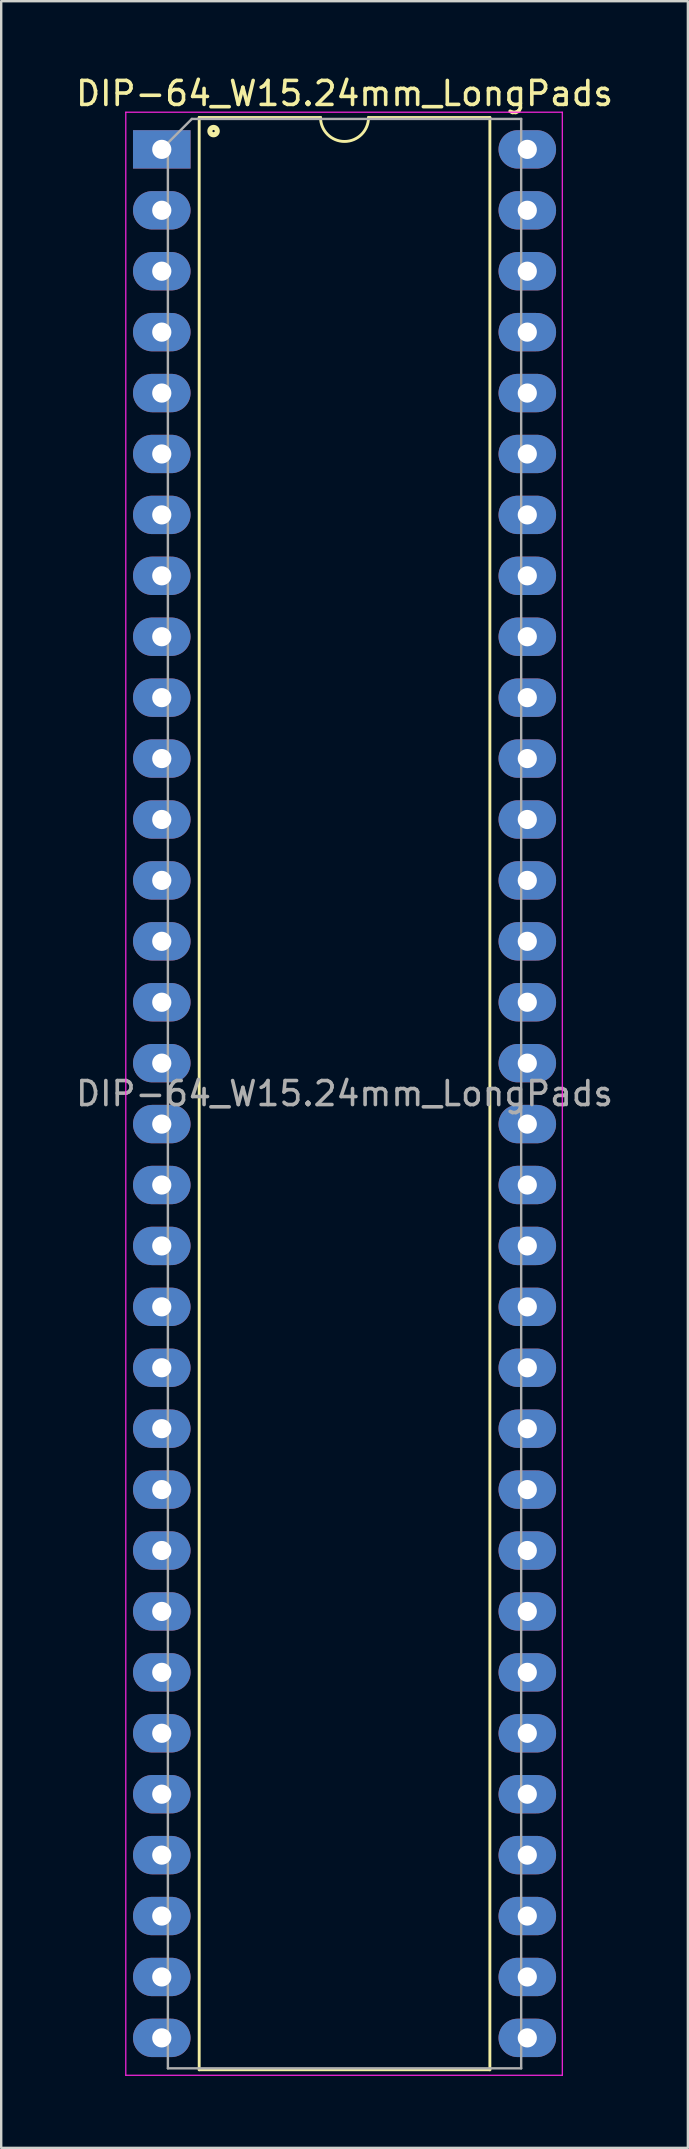
<source format=kicad_pcb>
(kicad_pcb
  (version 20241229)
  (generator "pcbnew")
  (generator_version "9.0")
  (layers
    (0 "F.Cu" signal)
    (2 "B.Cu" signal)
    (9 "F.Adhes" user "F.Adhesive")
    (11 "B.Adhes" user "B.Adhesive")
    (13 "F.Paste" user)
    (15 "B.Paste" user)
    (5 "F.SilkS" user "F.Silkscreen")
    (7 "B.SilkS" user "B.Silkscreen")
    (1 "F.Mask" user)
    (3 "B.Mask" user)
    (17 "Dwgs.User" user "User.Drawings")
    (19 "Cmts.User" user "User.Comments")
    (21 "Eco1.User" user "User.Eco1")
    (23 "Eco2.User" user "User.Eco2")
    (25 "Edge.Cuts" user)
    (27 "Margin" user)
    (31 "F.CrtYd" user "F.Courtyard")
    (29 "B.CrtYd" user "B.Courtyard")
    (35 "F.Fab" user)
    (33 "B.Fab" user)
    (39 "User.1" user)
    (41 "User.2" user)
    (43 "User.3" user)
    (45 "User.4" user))
  (footprint "DIP-64_W15.24mm_LongPads"
    (layer "F.Cu")
    (at 3.695 3.178)
    (property "Reference" "DIP-64_W15.24mm_LongPads" (at 7.62 -2.33 0) (layer "F.SilkS") (effects (font (size 1 1) (thickness 0.15))))
    (attr through_hole)
    (fp_line (start 1.56 -1.33) (end 1.56 80.07) (stroke (width 0.12) (type solid)) (layer "F.SilkS"))
    (fp_line (start 1.56 80.07) (end 13.68 80.07) (stroke (width 0.12) (type solid)) (layer "F.SilkS"))
    (fp_line (start 6.62 -1.33) (end 1.56 -1.33) (stroke (width 0.12) (type solid)) (layer "F.SilkS"))
    (fp_line (start 13.68 -1.33) (end 8.62 -1.33) (stroke (width 0.12) (type solid)) (layer "F.SilkS"))
    (fp_line (start 13.68 80.07) (end 13.68 -1.33) (stroke (width 0.12) (type solid)) (layer "F.SilkS"))
    (fp_arc (start 8.62 -1.33) (mid 7.62 -0.33) (end 6.62 -1.33) (stroke (width 0.12) (type solid)) (layer "F.SilkS"))
    (fp_circle (center 2.159 -0.762) (end 2.209 -0.762) (stroke (width 0.12) (type solid)) (fill no) (layer "F.SilkS"))
    (fp_circle (center 2.159 -0.762) (end 2.284 -0.762) (stroke (width 0.12) (type solid)) (fill no) (layer "F.SilkS"))
    (fp_circle (center 2.159 -0.762) (end 2.359 -0.762) (stroke (width 0.12) (type solid)) (fill no) (layer "F.SilkS"))
    (fp_line (start -1.5 -1.55) (end -1.5 80.3) (stroke (width 0.05) (type solid)) (layer "F.CrtYd"))
    (fp_line (start -1.5 80.3) (end 16.7 80.3) (stroke (width 0.05) (type solid)) (layer "F.CrtYd"))
    (fp_line (start 16.7 -1.55) (end -1.5 -1.55) (stroke (width 0.05) (type solid)) (layer "F.CrtYd"))
    (fp_line (start 16.7 80.3) (end 16.7 -1.55) (stroke (width 0.05) (type solid)) (layer "F.CrtYd"))
    (fp_line (start 0.255 -0.27) (end 1.255 -1.27) (stroke (width 0.1) (type solid)) (layer "F.Fab"))
    (fp_line (start 0.255 80.01) (end 0.255 -0.27) (stroke (width 0.1) (type solid)) (layer "F.Fab"))
    (fp_line (start 1.255 -1.27) (end 14.985 -1.27) (stroke (width 0.1) (type solid)) (layer "F.Fab"))
    (fp_line (start 14.985 -1.27) (end 14.985 80.01) (stroke (width 0.1) (type solid)) (layer "F.Fab"))
    (fp_line (start 14.985 80.01) (end 0.255 80.01) (stroke (width 0.1) (type solid)) (layer "F.Fab"))
    (fp_text user "${REFERENCE}" (at 7.62 39.37 0) (layer "F.Fab") (effects (font (size 1 1) (thickness 0.15))))
    (pad "1" thru_hole rect (at 0 0) (size 2.4 1.6) (drill 0.8) (layers "*.Cu" "*.Mask"))
    (pad "2" thru_hole oval (at 0 2.54) (size 2.4 1.6) (drill 0.8) (layers "*.Cu" "*.Mask"))
    (pad "3" thru_hole oval (at 0 5.08) (size 2.4 1.6) (drill 0.8) (layers "*.Cu" "*.Mask"))
    (pad "4" thru_hole oval (at 0 7.62) (size 2.4 1.6) (drill 0.8) (layers "*.Cu" "*.Mask"))
    (pad "5" thru_hole oval (at 0 10.16) (size 2.4 1.6) (drill 0.8) (layers "*.Cu" "*.Mask"))
    (pad "6" thru_hole oval (at 0 12.7) (size 2.4 1.6) (drill 0.8) (layers "*.Cu" "*.Mask"))
    (pad "7" thru_hole oval (at 0 15.24) (size 2.4 1.6) (drill 0.8) (layers "*.Cu" "*.Mask"))
    (pad "8" thru_hole oval (at 0 17.78) (size 2.4 1.6) (drill 0.8) (layers "*.Cu" "*.Mask"))
    (pad "9" thru_hole oval (at 0 20.32) (size 2.4 1.6) (drill 0.8) (layers "*.Cu" "*.Mask"))
    (pad "10" thru_hole oval (at 0 22.86) (size 2.4 1.6) (drill 0.8) (layers "*.Cu" "*.Mask"))
    (pad "11" thru_hole oval (at 0 25.4) (size 2.4 1.6) (drill 0.8) (layers "*.Cu" "*.Mask"))
    (pad "12" thru_hole oval (at 0 27.94) (size 2.4 1.6) (drill 0.8) (layers "*.Cu" "*.Mask"))
    (pad "13" thru_hole oval (at 0 30.48) (size 2.4 1.6) (drill 0.8) (layers "*.Cu" "*.Mask"))
    (pad "14" thru_hole oval (at 0 33.02) (size 2.4 1.6) (drill 0.8) (layers "*.Cu" "*.Mask"))
    (pad "15" thru_hole oval (at 0 35.56) (size 2.4 1.6) (drill 0.8) (layers "*.Cu" "*.Mask"))
    (pad "16" thru_hole oval (at 0 38.1) (size 2.4 1.6) (drill 0.8) (layers "*.Cu" "*.Mask"))
    (pad "17" thru_hole oval (at 0 40.64) (size 2.4 1.6) (drill 0.8) (layers "*.Cu" "*.Mask"))
    (pad "18" thru_hole oval (at 0 43.18) (size 2.4 1.6) (drill 0.8) (layers "*.Cu" "*.Mask"))
    (pad "19" thru_hole oval (at 0 45.72) (size 2.4 1.6) (drill 0.8) (layers "*.Cu" "*.Mask"))
    (pad "20" thru_hole oval (at 0 48.26) (size 2.4 1.6) (drill 0.8) (layers "*.Cu" "*.Mask"))
    (pad "21" thru_hole oval (at 0 50.8) (size 2.4 1.6) (drill 0.8) (layers "*.Cu" "*.Mask"))
    (pad "22" thru_hole oval (at 0 53.34) (size 2.4 1.6) (drill 0.8) (layers "*.Cu" "*.Mask"))
    (pad "23" thru_hole oval (at 0 55.88) (size 2.4 1.6) (drill 0.8) (layers "*.Cu" "*.Mask"))
    (pad "24" thru_hole oval (at 0 58.42) (size 2.4 1.6) (drill 0.8) (layers "*.Cu" "*.Mask"))
    (pad "25" thru_hole oval (at 0 60.96) (size 2.4 1.6) (drill 0.8) (layers "*.Cu" "*.Mask"))
    (pad "26" thru_hole oval (at 0 63.5) (size 2.4 1.6) (drill 0.8) (layers "*.Cu" "*.Mask"))
    (pad "27" thru_hole oval (at 0 66.04) (size 2.4 1.6) (drill 0.8) (layers "*.Cu" "*.Mask"))
    (pad "28" thru_hole oval (at 0 68.58) (size 2.4 1.6) (drill 0.8) (layers "*.Cu" "*.Mask"))
    (pad "29" thru_hole oval (at 0 71.12) (size 2.4 1.6) (drill 0.8) (layers "*.Cu" "*.Mask"))
    (pad "30" thru_hole oval (at 0 73.66) (size 2.4 1.6) (drill 0.8) (layers "*.Cu" "*.Mask"))
    (pad "31" thru_hole oval (at 0 76.2) (size 2.4 1.6) (drill 0.8) (layers "*.Cu" "*.Mask"))
    (pad "32" thru_hole oval (at 0 78.74) (size 2.4 1.6) (drill 0.8) (layers "*.Cu" "*.Mask"))
    (pad "33" thru_hole oval (at 15.24 78.74) (size 2.4 1.6) (drill 0.8) (layers "*.Cu" "*.Mask"))
    (pad "34" thru_hole oval (at 15.24 76.2) (size 2.4 1.6) (drill 0.8) (layers "*.Cu" "*.Mask"))
    (pad "35" thru_hole oval (at 15.24 73.66) (size 2.4 1.6) (drill 0.8) (layers "*.Cu" "*.Mask"))
    (pad "36" thru_hole oval (at 15.24 71.12) (size 2.4 1.6) (drill 0.8) (layers "*.Cu" "*.Mask"))
    (pad "37" thru_hole oval (at 15.24 68.58) (size 2.4 1.6) (drill 0.8) (layers "*.Cu" "*.Mask"))
    (pad "38" thru_hole oval (at 15.24 66.04) (size 2.4 1.6) (drill 0.8) (layers "*.Cu" "*.Mask"))
    (pad "39" thru_hole oval (at 15.24 63.5) (size 2.4 1.6) (drill 0.8) (layers "*.Cu" "*.Mask"))
    (pad "40" thru_hole oval (at 15.24 60.96) (size 2.4 1.6) (drill 0.8) (layers "*.Cu" "*.Mask"))
    (pad "41" thru_hole oval (at 15.24 58.42) (size 2.4 1.6) (drill 0.8) (layers "*.Cu" "*.Mask"))
    (pad "42" thru_hole oval (at 15.24 55.88) (size 2.4 1.6) (drill 0.8) (layers "*.Cu" "*.Mask"))
    (pad "43" thru_hole oval (at 15.24 53.34) (size 2.4 1.6) (drill 0.8) (layers "*.Cu" "*.Mask"))
    (pad "44" thru_hole oval (at 15.24 50.8) (size 2.4 1.6) (drill 0.8) (layers "*.Cu" "*.Mask"))
    (pad "45" thru_hole oval (at 15.24 48.26) (size 2.4 1.6) (drill 0.8) (layers "*.Cu" "*.Mask"))
    (pad "46" thru_hole oval (at 15.24 45.72) (size 2.4 1.6) (drill 0.8) (layers "*.Cu" "*.Mask"))
    (pad "47" thru_hole oval (at 15.24 43.18) (size 2.4 1.6) (drill 0.8) (layers "*.Cu" "*.Mask"))
    (pad "48" thru_hole oval (at 15.24 40.64) (size 2.4 1.6) (drill 0.8) (layers "*.Cu" "*.Mask"))
    (pad "49" thru_hole oval (at 15.24 38.1) (size 2.4 1.6) (drill 0.8) (layers "*.Cu" "*.Mask"))
    (pad "50" thru_hole oval (at 15.24 35.56) (size 2.4 1.6) (drill 0.8) (layers "*.Cu" "*.Mask"))
    (pad "51" thru_hole oval (at 15.24 33.02) (size 2.4 1.6) (drill 0.8) (layers "*.Cu" "*.Mask"))
    (pad "52" thru_hole oval (at 15.24 30.48) (size 2.4 1.6) (drill 0.8) (layers "*.Cu" "*.Mask"))
    (pad "53" thru_hole oval (at 15.24 27.94) (size 2.4 1.6) (drill 0.8) (layers "*.Cu" "*.Mask"))
    (pad "54" thru_hole oval (at 15.24 25.4) (size 2.4 1.6) (drill 0.8) (layers "*.Cu" "*.Mask"))
    (pad "55" thru_hole oval (at 15.24 22.86) (size 2.4 1.6) (drill 0.8) (layers "*.Cu" "*.Mask"))
    (pad "56" thru_hole oval (at 15.24 20.32) (size 2.4 1.6) (drill 0.8) (layers "*.Cu" "*.Mask"))
    (pad "57" thru_hole oval (at 15.24 17.78) (size 2.4 1.6) (drill 0.8) (layers "*.Cu" "*.Mask"))
    (pad "58" thru_hole oval (at 15.24 15.24) (size 2.4 1.6) (drill 0.8) (layers "*.Cu" "*.Mask"))
    (pad "59" thru_hole oval (at 15.24 12.7) (size 2.4 1.6) (drill 0.8) (layers "*.Cu" "*.Mask"))
    (pad "60" thru_hole oval (at 15.24 10.16) (size 2.4 1.6) (drill 0.8) (layers "*.Cu" "*.Mask"))
    (pad "61" thru_hole oval (at 15.24 7.62) (size 2.4 1.6) (drill 0.8) (layers "*.Cu" "*.Mask"))
    (pad "62" thru_hole oval (at 15.24 5.08) (size 2.4 1.6) (drill 0.8) (layers "*.Cu" "*.Mask"))
    (pad "63" thru_hole oval (at 15.24 2.54) (size 2.4 1.6) (drill 0.8) (layers "*.Cu" "*.Mask"))
    (pad "64" thru_hole oval (at 15.24 0) (size 2.4 1.6) (drill 0.8) (layers "*.Cu" "*.Mask")))
  (gr_rect
    (start -3 -3)
    (end 25.631 86.503)
    (stroke (width 0.1) (type default))
    (fill no)
    (layer "Edge.Cuts")))
</source>
